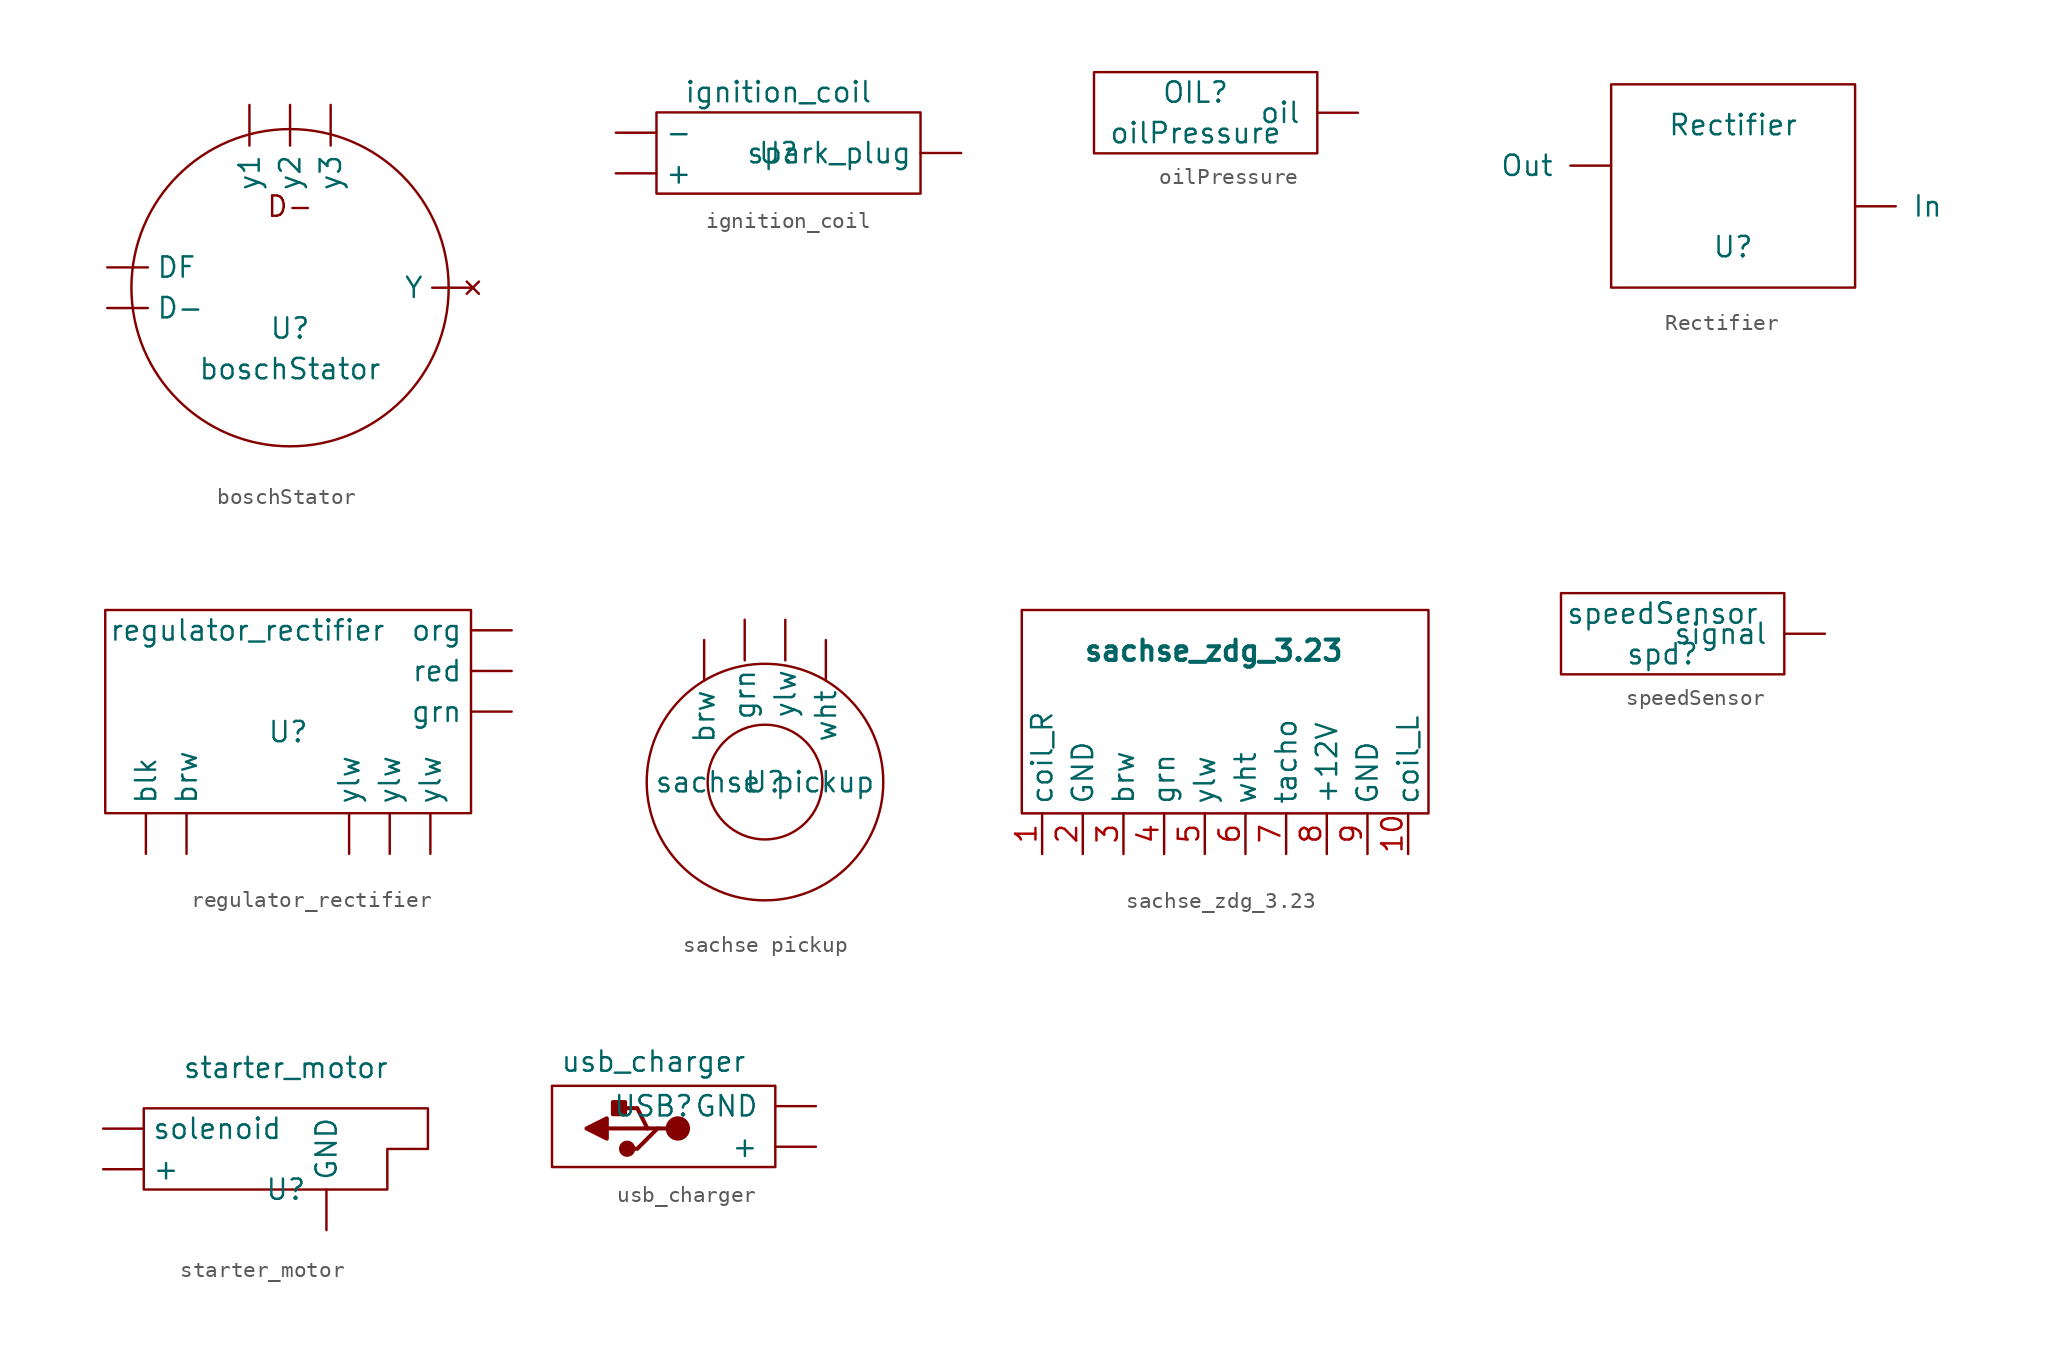
<source format=kicad_sym>
(kicad_symbol_lib
  (version 20211014)
  (generator kicad_symbol_editor)
  (symbol "boschStator"
    (property "Reference" "U"
      (at 0 -2.54 0)
      (effects (font (size 1.27 1.27))))
    (property "Value" "boschStator"
      (at 0 -5.08 0)
      (effects (font (size 1.27 1.27))))
    (symbol "boschStator_0_0"
      (text "D-" (at 0 5.08 0) (effects (font (size 1.27 1.27)))))
    (symbol "boschStator_0_1"
      (circle (center 0 0) (radius 9.919) (stroke (width 0) (type default) (color 0 0 0 0)) (fill (type none))))
    (symbol "boschStator_1_1"
      (pin output line (at -11.43 -1.27 0) (length 2.54) (name "D-" (effects (font (size 1.27 1.27)))) (number "" (effects (font (size 1.27 1.27)))))
      (pin output line (at -11.43 1.27 0) (length 2.54) (name "DF" (effects (font (size 1.27 1.27)))) (number "" (effects (font (size 1.27 1.27)))))
      (pin no_connect line (at 11.43 0 180) (length 2.54) (name "Y" (effects (font (size 1.27 1.27)))) (number "" (effects (font (size 1.27 1.27)))))
      (pin output line (at -2.54 11.43 270) (length 2.54) (name "y1" (effects (font (size 1.27 1.27)))) (number "" (effects (font (size 1.27 1.27)))))
      (pin output line (at 0 11.43 270) (length 2.54) (name "y2" (effects (font (size 1.27 1.27)))) (number "" (effects (font (size 1.27 1.27)))))
      (pin output line (at 2.54 11.43 270) (length 2.54) (name "y3" (effects (font (size 1.27 1.27)))) (number "" (effects (font (size 1.27 1.27)))))))
  (symbol "ignition_coil"
    (property "Reference" "U"
      (at 0 0 0)
      (effects (font (size 1.27 1.27))))
    (property "Value" "ignition_coil"
      (at 0 3.81 0)
      (effects (font (size 1.27 1.27))))
    (symbol "ignition_coil_0_1"
      (rectangle (start -7.62 2.54) (end 8.89 -2.54) (stroke (width 0) (type default) (color 0 0 0 0)) (fill (type none))))
    (symbol "ignition_coil_1_1"
      (pin power_in line (at -10.16 -1.27 0) (length 2.54) (name "+" (effects (font (size 1.27 1.27)))) (number "" (effects (font (size 1.27 1.27)))))
      (pin input line (at -10.16 1.27 0) (length 2.54) (name "-" (effects (font (size 1.27 1.27)))) (number "" (effects (font (size 1.27 1.27)))))
      (pin power_out line (at 11.43 0 180) (length 2.54) (name "spark_plug" (effects (font (size 1.27 1.27)))) (number "" (effects (font (size 1.27 1.27)))))))
  (symbol "oilPressure"
    (pin_names
      (offset 1.016))
    (property "Reference" "OIL"
      (at 0 1.27 0)
      (effects (font (size 1.27 1.27))))
    (property "Value" "oilPressure"
      (at 0 -1.27 0)
      (effects (font (size 1.27 1.27))))
    (symbol "oilPressure_0_1"
      (rectangle (start -6.35 2.54) (end 7.62 -2.54) (stroke (width 0) (type default) (color 0 0 0 0)) (fill (type none))))
    (symbol "oilPressure_1_1"
      (pin output line (at 10.16 0 180) (length 2.54) (name "oil" (effects (font (size 1.27 1.27)))) (number "" (effects (font (size 1.27 1.27)))))))
  (symbol "Rectifier"
    (pin_names
      (offset 1.016))
    (property "Reference" "U"
      (at 0 -3.81 0)
      (effects (font (size 1.27 1.27))))
    (property "Value" "Rectifier"
      (at 0 3.81 0)
      (effects (font (size 1.27 1.27))))
    (symbol "Rectifier_0_1"
      (rectangle (start -7.62 6.35) (end 7.62 -6.35) (stroke (width 0) (type default) (color 0 0 0 0)) (fill (type none))))
    (symbol "Rectifier_1_1"
      (pin power_in line (at 7.62 -1.27 0) (length 2.54) (name "In" (effects (font (size 1.27 1.27)))) (number "~" (effects (font (size 1.27 1.27)))))
      (pin power_out line (at -7.62 1.27 180) (length 2.54) (name "Out" (effects (font (size 1.27 1.27)))) (number "~" (effects (font (size 1.27 1.27)))))))
  (symbol "regulator_rectifier"
    (property "Reference" "U"
      (at 0 0 0)
      (effects (font (size 1.27 1.27))))
    (property "Value" "regulator_rectifier"
      (at -2.54 6.35 0)
      (effects (font (size 1.27 1.27))))
    (symbol "regulator_rectifier_0_1"
      (rectangle (start -11.43 7.62) (end 11.43 -5.08) (stroke (width 0) (type default) (color 0 0 0 0)) (fill (type none))))
    (symbol "regulator_rectifier_1_1"
      (pin input line (at -8.89 -7.62 90) (length 2.54) (name "blk" (effects (font (size 1.27 1.27)))) (number "" (effects (font (size 1.27 1.27)))))
      (pin input line (at -6.35 -7.62 90) (length 2.54) (name "brw" (effects (font (size 1.27 1.27)))) (number "" (effects (font (size 1.27 1.27)))))
      (pin input line (at 13.97 1.27 180) (length 2.54) (name "grn" (effects (font (size 1.27 1.27)))) (number "" (effects (font (size 1.27 1.27)))))
      (pin input line (at 13.97 6.35 180) (length 2.54) (name "org" (effects (font (size 1.27 1.27)))) (number "" (effects (font (size 1.27 1.27)))))
      (pin input line (at 13.97 3.81 180) (length 2.54) (name "red" (effects (font (size 1.27 1.27)))) (number "" (effects (font (size 1.27 1.27)))))
      (pin input line (at 3.81 -7.62 90) (length 2.54) (name "ylw" (effects (font (size 1.27 1.27)))) (number "" (effects (font (size 1.27 1.27)))))
      (pin input line (at 6.35 -7.62 90) (length 2.54) (name "ylw" (effects (font (size 1.27 1.27)))) (number "" (effects (font (size 1.27 1.27)))))
      (pin input line (at 8.89 -7.62 90) (length 2.54) (name "ylw" (effects (font (size 1.27 1.27)))) (number "" (effects (font (size 1.27 1.27)))))))
  (symbol "sachse pickup"
    (property "Reference" "U"
      (at 0 0 0)
      (effects (font (size 1.27 1.27))))
    (property "Value" "sachse pickup"
      (at 0 0 0)
      (effects (font (size 1.27 1.27))))
    (symbol "sachse pickup_0_1"
      (circle (center 0 0) (radius 3.592) (stroke (width 0) (type default) (color 0 0 0 0)) (fill (type none)))
      (circle (center 0 0) (radius 7.405) (stroke (width 0) (type default) (color 0 0 0 0)) (fill (type none))))
    (symbol "sachse pickup_1_1"
      (pin output line (at -3.81 8.89 270) (length 2.54) (name "brw" (effects (font (size 1.27 1.27)))) (number "" (effects (font (size 1.27 1.27)))))
      (pin output line (at -1.27 10.16 270) (length 2.54) (name "grn" (effects (font (size 1.27 1.27)))) (number "" (effects (font (size 1.27 1.27)))))
      (pin output line (at 3.81 8.89 270) (length 2.54) (name "wht" (effects (font (size 1.27 1.27)))) (number "" (effects (font (size 1.27 1.27)))))
      (pin output line (at 1.27 10.16 270) (length 2.54) (name "ylw" (effects (font (size 1.27 1.27)))) (number "" (effects (font (size 1.27 1.27)))))))
  (symbol "sachse_zdg_3.23"
    (property "Reference" "U?"
      (at 13.97 2.54 0)
      (effects (font (size 1.27 1.27)) (justify left) hide))
    (property "Value" "sachse_zdg_3.23"
      (at -8.89 5.08 0)
      (effects (font (size 1.27 1.27) bold) (justify left)))
    (symbol "sachse_zdg_3.23_0_1"
      (rectangle (start -12.7 7.62) (end 12.7 -5.08) (stroke (width 0) (type default) (color 0 0 0 0)) (fill (type none))))
    (symbol "sachse_zdg_3.23_1_1"
      (pin output line (at -11.43 -7.62 90) (length 2.54) (name "coil_R" (effects (font (size 1.27 1.27)))) (number "1" (effects (font (size 1.27 1.27)))))
      (pin output line (at 11.43 -7.62 90) (length 2.54) (name "coil_L" (effects (font (size 1.27 1.27)))) (number "10" (effects (font (size 1.27 1.27)))))
      (pin power_out line (at -8.89 -7.62 90) (length 2.54) (name "GND" (effects (font (size 1.27 1.27)))) (number "2" (effects (font (size 1.27 1.27)))))
      (pin input line (at -6.35 -7.62 90) (length 2.54) (name "brw" (effects (font (size 1.27 1.27)))) (number "3" (effects (font (size 1.27 1.27)))))
      (pin input line (at -3.81 -7.62 90) (length 2.54) (name "grn" (effects (font (size 1.27 1.27)))) (number "4" (effects (font (size 1.27 1.27)))))
      (pin input line (at -1.27 -7.62 90) (length 2.54) (name "ylw" (effects (font (size 1.27 1.27)))) (number "5" (effects (font (size 1.27 1.27)))))
      (pin input line (at 1.27 -7.62 90) (length 2.54) (name "wht" (effects (font (size 1.27 1.27)))) (number "6" (effects (font (size 1.27 1.27)))))
      (pin output line (at 3.81 -7.62 90) (length 2.54) (name "tacho" (effects (font (size 1.27 1.27)))) (number "7" (effects (font (size 1.27 1.27)))))
      (pin power_in line (at 6.35 -7.62 90) (length 2.54) (name "+12V" (effects (font (size 1.27 1.27)))) (number "8" (effects (font (size 1.27 1.27)))))
      (pin power_out line (at 8.89 -7.62 90) (length 2.54) (name "GND" (effects (font (size 1.27 1.27)))) (number "9" (effects (font (size 1.27 1.27)))))))
  (symbol "speedSensor"
    (pin_names
      (offset 1.016))
    (property "Reference" "spd"
      (at 0 -1.27 0)
      (effects (font (size 1.27 1.27))))
    (property "Value" "speedSensor"
      (at 0 1.27 0)
      (effects (font (size 1.27 1.27))))
    (symbol "speedSensor_0_1"
      (rectangle (start 7.62 2.54) (end -6.35 -2.54) (stroke (width 0) (type default) (color 0 0 0 0)) (fill (type none))))
    (symbol "speedSensor_1_1"
      (pin output line (at 10.16 0 180) (length 2.54) (name "signal" (effects (font (size 1.27 1.27)))) (number "~" (effects (font (size 1.27 1.27)))))))
  (symbol "starter_motor"
    (property "Reference" "U"
      (at 0 -2.54 0)
      (effects (font (size 1.27 1.27))))
    (property "Value" "starter_motor"
      (at 0 5.08 0)
      (effects (font (size 1.27 1.27))))
    (symbol "starter_motor_0_1"
      (polyline (pts (xy -8.89 2.54) (xy -8.89 -2.54) (xy 6.35 -2.54) (xy 6.35 0) (xy 8.89 0) (xy 8.89 2.54) (xy -8.89 2.54) (xy -5.08 2.54)) (stroke (width 0) (type default) (color 0 0 0 0)) (fill (type none))))
    (symbol "starter_motor_1_1"
      (pin power_in line (at -11.43 -1.27 0) (length 2.54) (name "+" (effects (font (size 1.27 1.27)))) (number "" (effects (font (size 1.27 1.27)))))
      (pin power_out line (at 2.54 -5.08 90) (length 2.54) (name "GND" (effects (font (size 1.27 1.27)))) (number "" (effects (font (size 1.27 1.27)))))
      (pin power_in line (at -11.43 1.27 0) (length 2.54) (name "solenoid" (effects (font (size 1.27 1.27)))) (number "" (effects (font (size 1.27 1.27)))))))
  (symbol "usb_charger"
    (pin_names
      (offset 1.016))
    (property "Reference" "USB"
      (at 0 1.27 0)
      (effects (font (size 1.27 1.27))))
    (property "Value" "usb_charger"
      (at 0 4.064 0)
      (effects (font (size 1.27 1.27))))
    (symbol "usb_charger_0_1"
      (rectangle (start -6.35 2.54) (end 7.62 -2.54) (stroke (width 0) (type default) (color 0 0 0 0)) (fill (type none)))
      (rectangle (start -2.54 0.762) (end -1.778 1.524) (stroke (width 0.254) (type default) (color 0 0 0 0)) (fill (type outline)))
      (circle (center -1.651 -1.397) (radius 0.381) (stroke (width 0.254) (type default) (color 0 0 0 0)) (fill (type outline)))
      (polyline (pts (xy -2.921 -0.762) (xy -2.921 0.508) (xy -4.191 -0.127) (xy -2.921 -0.762)) (stroke (width 0.254) (type default) (color 0 0 0 0)) (fill (type outline)))
      (polyline (pts (xy 0.254 -0.127) (xy -0.381 -0.127) (xy -1.016 1.143) (xy -2.286 1.143)) (stroke (width 0.254) (type default) (color 0 0 0 0)) (fill (type none)))
      (polyline (pts (xy 0.889 -0.127) (xy 0.254 -0.127) (xy -1.016 -1.397) (xy -1.651 -1.397)) (stroke (width 0.254) (type default) (color 0 0 0 0)) (fill (type none)))
      (circle (center 1.524 -0.127) (radius 0.635) (stroke (width 0.254) (type default) (color 0 0 0 0)) (fill (type outline))))
    (symbol "usb_charger_1_1"
      (polyline (pts (xy -0.381 -0.127) (xy -2.921 -0.127)) (stroke (width 0.254) (type default) (color 0 0 0 0)) (fill (type none)))
      (pin input line (at 10.16 -1.27 180) (length 2.54) (name "+" (effects (font (size 1.27 1.27)))) (number "" (effects (font (size 1.27 1.27)))))
      (pin output line (at 10.16 1.27 180) (length 2.54) (name "GND" (effects (font (size 1.27 1.27)))) (number "" (effects (font (size 1.27 1.27))))))))
</source>
